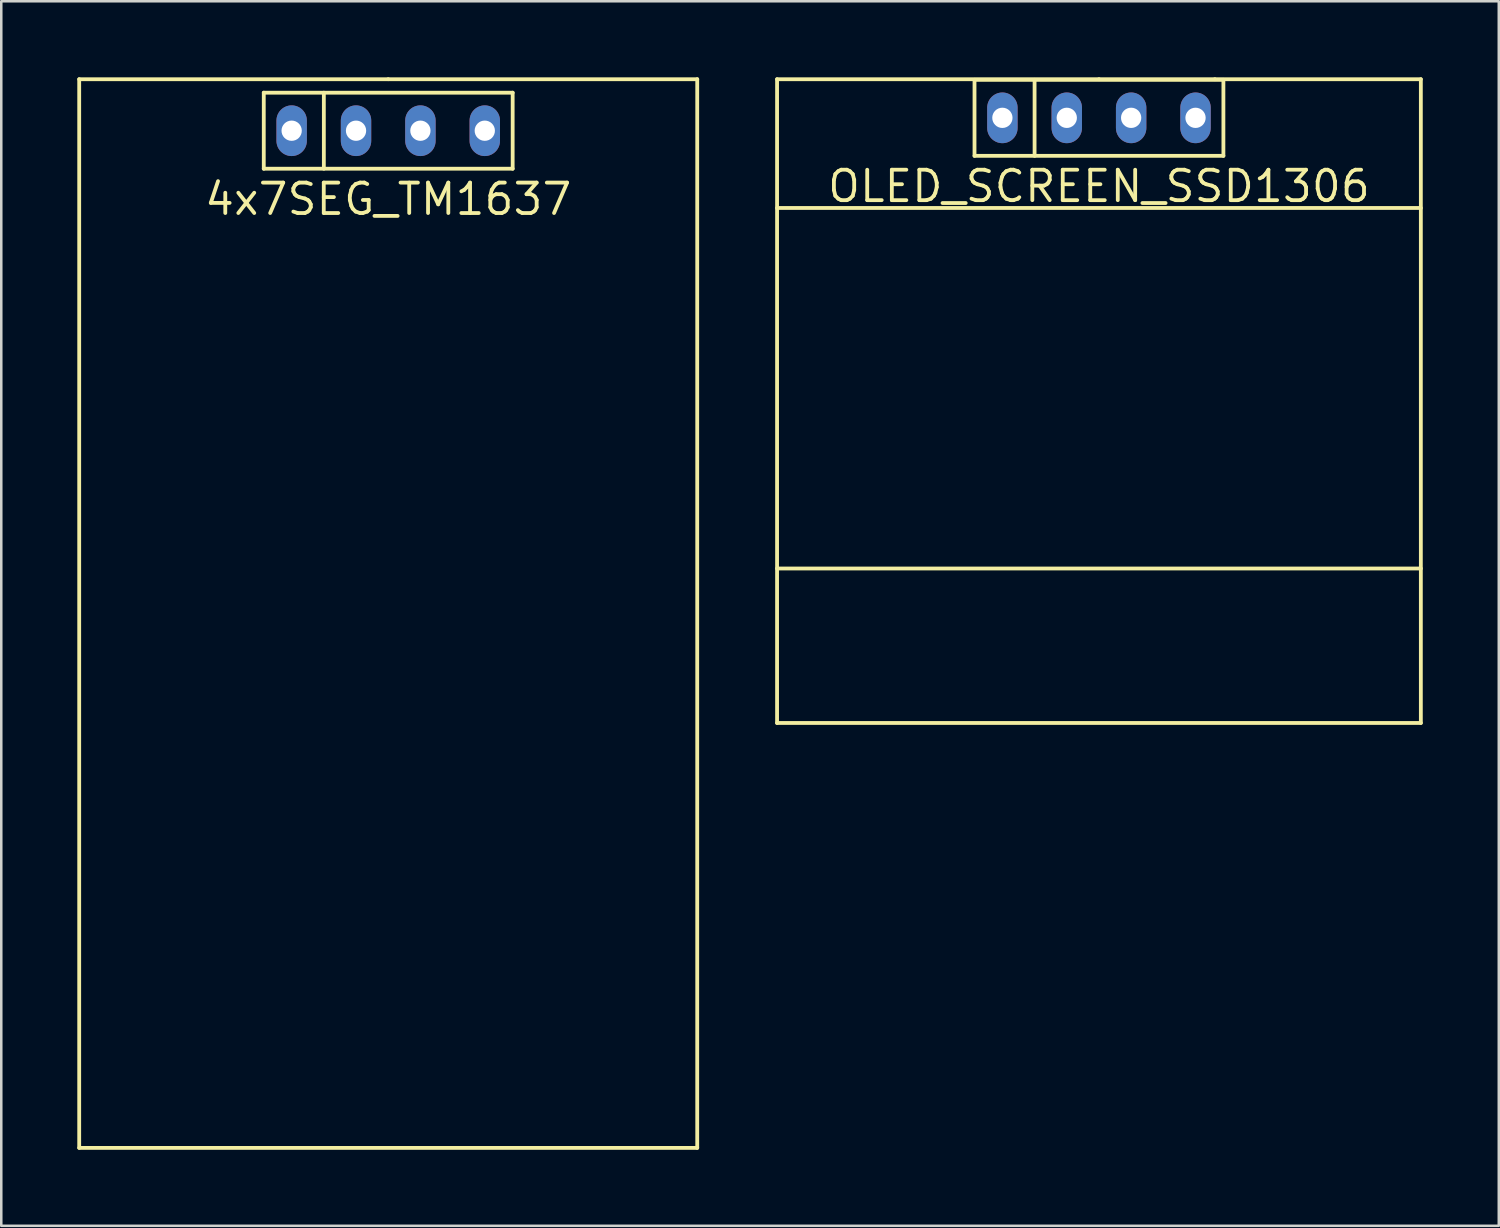
<source format=kicad_pcb>
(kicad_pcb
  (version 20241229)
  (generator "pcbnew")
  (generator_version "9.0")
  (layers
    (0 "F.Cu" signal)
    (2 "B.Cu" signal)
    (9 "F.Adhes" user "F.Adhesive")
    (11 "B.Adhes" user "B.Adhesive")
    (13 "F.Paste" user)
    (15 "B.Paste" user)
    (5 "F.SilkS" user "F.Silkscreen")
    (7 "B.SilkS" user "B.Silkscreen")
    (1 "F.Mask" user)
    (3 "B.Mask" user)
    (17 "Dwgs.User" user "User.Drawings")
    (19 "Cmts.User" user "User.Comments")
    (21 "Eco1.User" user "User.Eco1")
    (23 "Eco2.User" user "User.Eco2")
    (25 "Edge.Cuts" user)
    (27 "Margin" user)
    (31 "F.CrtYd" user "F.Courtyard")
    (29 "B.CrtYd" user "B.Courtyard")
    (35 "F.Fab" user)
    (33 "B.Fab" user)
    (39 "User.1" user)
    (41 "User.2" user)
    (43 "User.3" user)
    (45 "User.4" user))
  (footprint "4x7SEG_TM1637"
    (layer "F.Cu")
    (at 12.267 2.107)
    (property "Reference" "4x7SEG_TM1637" (at 0 2.7 0) (layer "F.SilkS") (effects (font (size 1.2 1.2) (thickness 0.15))))
    (attr through_hole)
    (fp_line (start -12.192 -2.032) (end -12.192 40.132) (stroke (width 0.15) (type solid)) (layer "F.SilkS"))
    (fp_line (start -12.192 40.132) (end 12.192 40.132) (stroke (width 0.15) (type solid)) (layer "F.SilkS"))
    (fp_line (start -4.91 -1.5) (end 4.91 -1.5) (stroke (width 0.15) (type solid)) (layer "F.SilkS"))
    (fp_line (start -4.91 1.5) (end -4.91 -1.5) (stroke (width 0.15) (type solid)) (layer "F.SilkS"))
    (fp_line (start -2.54 -1.5) (end -2.54 1.5) (stroke (width 0.15) (type solid)) (layer "F.SilkS"))
    (fp_line (start 0 -2.032) (end -12.192 -2.032) (stroke (width 0.15) (type solid)) (layer "F.SilkS"))
    (fp_line (start 0 -2.032) (end 12.192 -2.032) (stroke (width 0.15) (type solid)) (layer "F.SilkS"))
    (fp_line (start 4.91 -1.5) (end 4.91 1.5) (stroke (width 0.15) (type solid)) (layer "F.SilkS"))
    (fp_line (start 4.91 1.5) (end -4.91 1.5) (stroke (width 0.15) (type solid)) (layer "F.SilkS"))
    (fp_line (start 12.192 40.132) (end 12.192 -2.032) (stroke (width 0.15) (type solid)) (layer "F.SilkS"))
    (pad "1" thru_hole oval (at -3.81 0) (size 1.2 2) (drill 0.8) (layers "*.Cu" "*.Mask"))
    (pad "2" thru_hole oval (at -1.27 0) (size 1.2 2) (drill 0.8) (layers "*.Cu" "*.Mask"))
    (pad "3" thru_hole oval (at 1.27 0) (size 1.2 2) (drill 0.8) (layers "*.Cu" "*.Mask"))
    (pad "4" thru_hole oval (at 3.81 0) (size 1.2 2) (drill 0.8) (layers "*.Cu" "*.Mask")))
  (footprint "OLED_SCREEN_SSD1306"
    (layer "F.Cu")
    (at 40.309 1.599)
    (property "Reference" "OLED_SCREEN_SSD1306" (at 0 2.7 0) (layer "F.SilkS") (effects (font (size 1.2 1.2) (thickness 0.15))))
    (attr through_hole)
    (fp_line (start -12.7 -1.524) (end -12.7 23.876) (stroke (width 0.15) (type solid)) (layer "F.SilkS"))
    (fp_line (start -12.7 3.556) (end 12.7 3.556) (stroke (width 0.15) (type solid)) (layer "F.SilkS"))
    (fp_line (start -12.7 17.78) (end 12.7 17.78) (stroke (width 0.15) (type solid)) (layer "F.SilkS"))
    (fp_line (start -12.7 23.876) (end 12.7 23.876) (stroke (width 0.15) (type solid)) (layer "F.SilkS"))
    (fp_line (start -4.91 -1.5) (end 4.91 -1.5) (stroke (width 0.15) (type solid)) (layer "F.SilkS"))
    (fp_line (start -4.91 1.5) (end -4.91 -1.5) (stroke (width 0.15) (type solid)) (layer "F.SilkS"))
    (fp_line (start -2.54 -1.5) (end -2.54 1.5) (stroke (width 0.15) (type solid)) (layer "F.SilkS"))
    (fp_line (start 0 -1.524) (end -12.7 -1.524) (stroke (width 0.15) (type solid)) (layer "F.SilkS"))
    (fp_line (start 4.572 -1.524) (end 0 -1.524) (stroke (width 0.15) (type solid)) (layer "F.SilkS"))
    (fp_line (start 4.91 -1.5) (end 4.91 1.5) (stroke (width 0.15) (type solid)) (layer "F.SilkS"))
    (fp_line (start 4.91 1.5) (end -4.91 1.5) (stroke (width 0.15) (type solid)) (layer "F.SilkS"))
    (fp_line (start 12.7 -1.524) (end 4.572 -1.524) (stroke (width 0.15) (type solid)) (layer "F.SilkS"))
    (fp_line (start 12.7 23.876) (end 12.7 -1.524) (stroke (width 0.15) (type solid)) (layer "F.SilkS"))
    (pad "1" thru_hole oval (at -3.81 0) (size 1.2 2) (drill 0.8) (layers "*.Cu" "*.Mask"))
    (pad "2" thru_hole oval (at -1.27 0) (size 1.2 2) (drill 0.8) (layers "*.Cu" "*.Mask"))
    (pad "3" thru_hole oval (at 1.27 0) (size 1.2 2) (drill 0.8) (layers "*.Cu" "*.Mask"))
    (pad "4" thru_hole oval (at 3.81 0) (size 1.2 2) (drill 0.8) (layers "*.Cu" "*.Mask")))
  (gr_rect
    (start -3 -3)
    (end 56.084 45.314)
    (stroke (width 0.1) (type default))
    (fill no)
    (layer "Edge.Cuts")))
</source>
